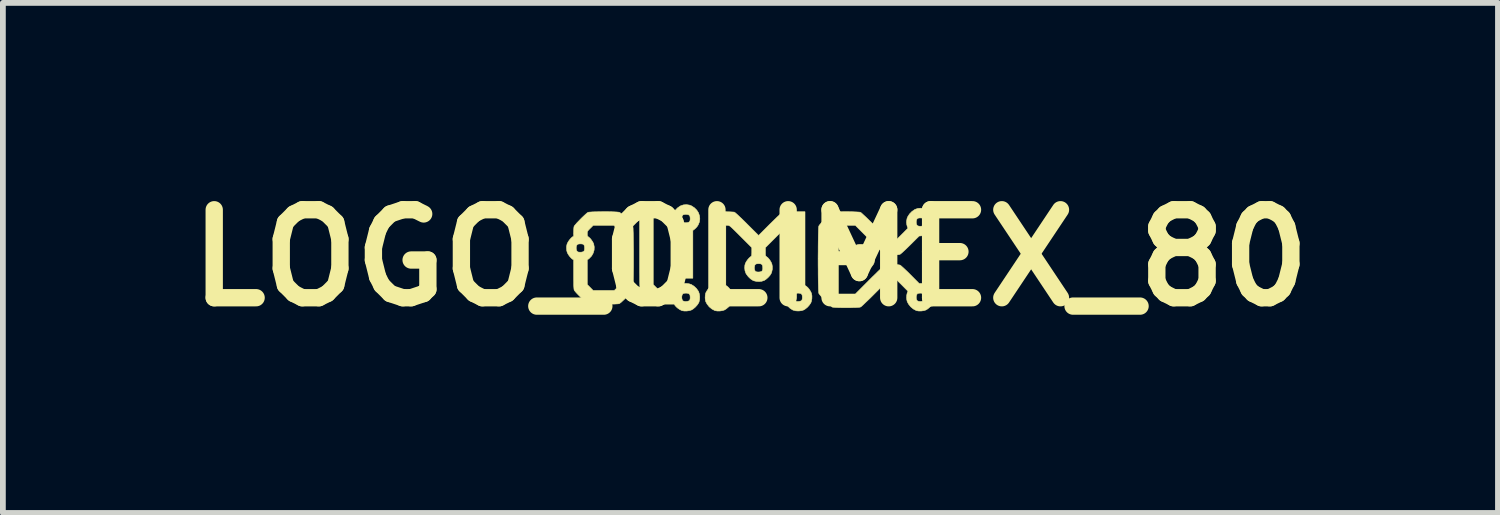
<source format=kicad_pcb>
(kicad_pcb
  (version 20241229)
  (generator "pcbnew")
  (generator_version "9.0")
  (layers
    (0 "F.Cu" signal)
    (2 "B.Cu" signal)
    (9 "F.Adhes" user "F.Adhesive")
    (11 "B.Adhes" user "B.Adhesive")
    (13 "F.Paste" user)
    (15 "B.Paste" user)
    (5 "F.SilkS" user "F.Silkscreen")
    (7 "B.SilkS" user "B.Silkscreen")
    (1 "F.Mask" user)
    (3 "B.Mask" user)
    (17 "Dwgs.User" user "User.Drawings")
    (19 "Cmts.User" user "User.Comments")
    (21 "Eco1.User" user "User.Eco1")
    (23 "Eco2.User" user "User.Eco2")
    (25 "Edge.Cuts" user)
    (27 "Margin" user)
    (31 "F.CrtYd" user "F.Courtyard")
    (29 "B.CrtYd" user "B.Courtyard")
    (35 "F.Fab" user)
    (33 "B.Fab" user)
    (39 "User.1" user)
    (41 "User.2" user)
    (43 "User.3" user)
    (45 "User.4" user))
  (footprint "LOGO_OLIMEX_80"
    (layer "F.Cu")
    (at 9.95 1.418)
    (property "Reference" "LOGO_OLIMEX_80" (at 0 0 0) (layer "F.SilkS") (effects (font (size 1.524 1.524) (thickness 0.3))))
    (attr through_hole)
    (fp_poly (pts (xy -0.877 -0.677) (xy -0.884 -0.624) (xy -0.905 -0.573) (xy -0.923 -0.545) (xy -0.943 -0.522) (xy -0.965 -0.501) (xy -0.973 -0.495) (xy -0.998 -0.476) (xy -0.998 -0.063) (xy -0.998 0.351) (xy -1.044 0.351) (xy -1.044 -0.682) (xy -1.047 -0.716) (xy -1.058 -0.738) (xy -1.078 -0.75) (xy -1.109 -0.754) (xy -1.115 -0.754) (xy -1.141 -0.753) (xy -1.161 -0.748) (xy -1.169 -0.745) (xy -1.182 -0.727) (xy -1.189 -0.7) (xy -1.19 -0.67) (xy -1.184 -0.643) (xy -1.172 -0.622) (xy -1.169 -0.619) (xy -1.149 -0.612) (xy -1.121 -0.609) (xy -1.092 -0.612) (xy -1.069 -0.619) (xy -1.059 -0.625) (xy -1.049 -0.64) (xy -1.045 -0.661) (xy -1.044 -0.682) (xy -1.044 0.351) (xy -1.116 0.351) (xy -1.234 0.351) (xy -1.234 -0.063) (xy -1.234 -0.476) (xy -1.258 -0.491) (xy -1.281 -0.511) (xy -1.305 -0.54) (xy -1.328 -0.573) (xy -1.345 -0.605) (xy -1.345 -0.606) (xy -1.356 -0.647) (xy -1.357 -0.694) (xy -1.349 -0.741) (xy -1.337 -0.774) (xy -1.306 -0.822) (xy -1.265 -0.865) (xy -1.218 -0.898) (xy -1.21 -0.902) (xy -1.161 -0.919) (xy -1.107 -0.923) (xy -1.055 -0.915) (xy -1.022 -0.902) (xy -0.971 -0.869) (xy -0.93 -0.828) (xy -0.9 -0.781) (xy -0.883 -0.73) (xy -0.877 -0.677)) (stroke (width 0.009) (type solid)) (fill yes) (layer "F.SilkS"))
    (fp_poly (pts (xy -0.879 0.672) (xy -0.881 0.72) (xy -0.891 0.764) (xy -0.897 0.778) (xy -0.921 0.814) (xy -0.954 0.851) (xy -0.99 0.882) (xy -1.021 0.901) (xy -1.044 0.909) (xy -1.044 0.682) (xy -1.047 0.648) (xy -1.058 0.626) (xy -1.078 0.614) (xy -1.109 0.61) (xy -1.115 0.61) (xy -1.141 0.611) (xy -1.161 0.616) (xy -1.169 0.619) (xy -1.182 0.637) (xy -1.189 0.664) (xy -1.19 0.694) (xy -1.184 0.721) (xy -1.172 0.742) (xy -1.169 0.744) (xy -1.149 0.752) (xy -1.121 0.755) (xy -1.092 0.752) (xy -1.069 0.745) (xy -1.059 0.739) (xy -1.049 0.724) (xy -1.045 0.703) (xy -1.044 0.682) (xy -1.044 0.909) (xy -1.057 0.913) (xy -1.1 0.919) (xy -1.144 0.92) (xy -1.182 0.914) (xy -1.191 0.911) (xy -1.223 0.895) (xy -1.256 0.873) (xy -1.285 0.848) (xy -1.306 0.824) (xy -1.307 0.823) (xy -1.322 0.8) (xy -1.484 0.8) (xy -1.544 0.8) (xy -1.589 0.799) (xy -1.624 0.797) (xy -1.649 0.795) (xy -1.666 0.792) (xy -1.673 0.789) (xy -1.688 0.78) (xy -1.711 0.761) (xy -1.74 0.736) (xy -1.772 0.706) (xy -1.806 0.674) (xy -1.838 0.641) (xy -1.867 0.611) (xy -1.89 0.585) (xy -1.906 0.566) (xy -1.91 0.558) (xy -1.912 0.552) (xy -1.913 0.54) (xy -1.915 0.523) (xy -1.916 0.5) (xy -1.917 0.469) (xy -1.918 0.429) (xy -1.919 0.381) (xy -1.919 0.323) (xy -1.92 0.253) (xy -1.92 0.172) (xy -1.92 0.078) (xy -1.92 -0.029) (xy -1.92 -0.133) (xy -1.92 -0.8) (xy -1.802 -0.8) (xy -1.684 -0.8) (xy -1.684 -0.169) (xy -1.684 0.461) (xy -1.632 0.513) (xy -1.581 0.564) (xy -1.451 0.564) (xy -1.322 0.564) (xy -1.307 0.541) (xy -1.287 0.518) (xy -1.259 0.494) (xy -1.227 0.471) (xy -1.196 0.454) (xy -1.194 0.453) (xy -1.155 0.443) (xy -1.109 0.442) (xy -1.063 0.448) (xy -1.023 0.461) (xy -1.022 0.462) (xy -0.978 0.49) (xy -0.937 0.528) (xy -0.906 0.571) (xy -0.898 0.585) (xy -0.885 0.625) (xy -0.879 0.672)) (stroke (width 0.009) (type solid)) (fill yes) (layer "F.SilkS"))
    (fp_poly (pts (xy -2.026 0.01) (xy -2.026 0.091) (xy -2.026 0.17) (xy -2.027 0.246) (xy -2.028 0.318) (xy -2.029 0.383) (xy -2.03 0.44) (xy -2.032 0.487) (xy -2.034 0.524) (xy -2.036 0.549) (xy -2.038 0.558) (xy -2.047 0.573) (xy -2.065 0.595) (xy -2.09 0.622) (xy -2.12 0.653) (xy -2.153 0.686) (xy -2.185 0.717) (xy -2.216 0.746) (xy -2.242 0.77) (xy -2.263 0.786) (xy -2.263 0.786) (xy -2.263 0.469) (xy -2.263 0.004) (xy -2.263 -0.461) (xy -2.314 -0.512) (xy -2.366 -0.564) (xy -2.545 -0.564) (xy -2.724 -0.564) (xy -2.775 -0.513) (xy -2.799 -0.489) (xy -2.814 -0.472) (xy -2.823 -0.458) (xy -2.826 -0.444) (xy -2.827 -0.426) (xy -2.827 -0.419) (xy -2.826 -0.394) (xy -2.822 -0.379) (xy -2.813 -0.369) (xy -2.804 -0.362) (xy -2.779 -0.341) (xy -2.754 -0.31) (xy -2.731 -0.275) (xy -2.716 -0.244) (xy -2.706 -0.191) (xy -2.708 -0.137) (xy -2.724 -0.084) (xy -2.751 -0.035) (xy -2.79 0.006) (xy -2.802 0.016) (xy -2.827 0.034) (xy -2.827 0.247) (xy -2.827 0.461) (xy -2.776 0.512) (xy -2.725 0.564) (xy -2.542 0.564) (xy -2.359 0.564) (xy -2.311 0.516) (xy -2.263 0.469) (xy -2.263 0.786) (xy -2.273 0.792) (xy -2.288 0.795) (xy -2.316 0.797) (xy -2.354 0.799) (xy -2.401 0.8) (xy -2.454 0.8) (xy -2.51 0.8) (xy -2.568 0.8) (xy -2.624 0.799) (xy -2.678 0.798) (xy -2.726 0.797) (xy -2.766 0.795) (xy -2.797 0.792) (xy -2.815 0.79) (xy -2.817 0.789) (xy -2.832 0.779) (xy -2.855 0.761) (xy -2.873 0.745) (xy -2.873 -0.171) (xy -2.876 -0.206) (xy -2.886 -0.228) (xy -2.906 -0.24) (xy -2.938 -0.244) (xy -2.944 -0.244) (xy -2.969 -0.242) (xy -2.99 -0.238) (xy -2.997 -0.234) (xy -3.011 -0.216) (xy -3.018 -0.19) (xy -3.018 -0.16) (xy -3.013 -0.132) (xy -3.001 -0.112) (xy -2.998 -0.109) (xy -2.978 -0.101) (xy -2.95 -0.099) (xy -2.921 -0.101) (xy -2.897 -0.108) (xy -2.888 -0.114) (xy -2.878 -0.129) (xy -2.874 -0.15) (xy -2.873 -0.171) (xy -2.873 0.745) (xy -2.884 0.735) (xy -2.916 0.706) (xy -2.949 0.673) (xy -2.981 0.641) (xy -3.01 0.611) (xy -3.033 0.585) (xy -3.048 0.566) (xy -3.053 0.558) (xy -3.056 0.548) (xy -3.058 0.531) (xy -3.06 0.506) (xy -3.062 0.472) (xy -3.062 0.427) (xy -3.063 0.371) (xy -3.063 0.301) (xy -3.063 0.284) (xy -3.063 0.034) (xy -3.087 0.019) (xy -3.109 -0.001) (xy -3.134 -0.029) (xy -3.157 -0.062) (xy -3.174 -0.094) (xy -3.174 -0.095) (xy -3.183 -0.127) (xy -3.186 -0.167) (xy -3.184 -0.207) (xy -3.177 -0.241) (xy -3.174 -0.248) (xy -3.158 -0.279) (xy -3.135 -0.312) (xy -3.11 -0.341) (xy -3.088 -0.361) (xy -3.087 -0.362) (xy -3.063 -0.377) (xy -3.063 -0.451) (xy -3.062 -0.486) (xy -3.06 -0.517) (xy -3.057 -0.539) (xy -3.055 -0.546) (xy -3.047 -0.56) (xy -3.029 -0.581) (xy -3.005 -0.609) (xy -2.975 -0.64) (xy -2.943 -0.673) (xy -2.91 -0.706) (xy -2.878 -0.736) (xy -2.851 -0.761) (xy -2.829 -0.78) (xy -2.814 -0.789) (xy -2.814 -0.789) (xy -2.799 -0.793) (xy -2.77 -0.795) (xy -2.732 -0.798) (xy -2.685 -0.799) (xy -2.632 -0.8) (xy -2.575 -0.801) (xy -2.517 -0.801) (xy -2.46 -0.801) (xy -2.406 -0.8) (xy -2.358 -0.798) (xy -2.318 -0.796) (xy -2.287 -0.793) (xy -2.27 -0.79) (xy -2.269 -0.79) (xy -2.254 -0.78) (xy -2.232 -0.761) (xy -2.204 -0.735) (xy -2.172 -0.705) (xy -2.14 -0.672) (xy -2.108 -0.639) (xy -2.08 -0.607) (xy -2.057 -0.581) (xy -2.042 -0.56) (xy -2.038 -0.552) (xy -2.036 -0.539) (xy -2.033 -0.512) (xy -2.032 -0.473) (xy -2.03 -0.424) (xy -2.029 -0.365) (xy -2.028 -0.299) (xy -2.027 -0.227) (xy -2.026 -0.15) (xy -2.026 -0.071) (xy -2.026 0.01)) (stroke (width 0.009) (type solid)) (fill yes) (layer "F.SilkS"))
    (fp_poly (pts (xy 1.065 0.657) (xy 1.064 0.706) (xy 1.055 0.753) (xy 1.046 0.778) (xy 1.022 0.814) (xy 0.99 0.851) (xy 0.953 0.882) (xy 0.923 0.901) (xy 0.899 0.909) (xy 0.899 0.682) (xy 0.896 0.648) (xy 0.886 0.626) (xy 0.865 0.614) (xy 0.834 0.61) (xy 0.828 0.61) (xy 0.803 0.611) (xy 0.782 0.616) (xy 0.774 0.619) (xy 0.761 0.637) (xy 0.754 0.664) (xy 0.754 0.694) (xy 0.759 0.721) (xy 0.771 0.742) (xy 0.774 0.744) (xy 0.794 0.752) (xy 0.822 0.755) (xy 0.851 0.752) (xy 0.875 0.745) (xy 0.884 0.739) (xy 0.894 0.724) (xy 0.898 0.703) (xy 0.899 0.682) (xy 0.899 0.909) (xy 0.883 0.914) (xy 0.836 0.919) (xy 0.787 0.917) (xy 0.744 0.906) (xy 0.729 0.9) (xy 0.686 0.872) (xy 0.646 0.834) (xy 0.614 0.79) (xy 0.606 0.774) (xy 0.591 0.731) (xy 0.585 0.684) (xy 0.589 0.637) (xy 0.598 0.606) (xy 0.614 0.574) (xy 0.637 0.541) (xy 0.661 0.512) (xy 0.684 0.492) (xy 0.685 0.491) (xy 0.709 0.476) (xy 0.709 -0.044) (xy 0.709 -0.564) (xy 0.676 -0.564) (xy 0.667 -0.564) (xy 0.659 -0.562) (xy 0.65 -0.559) (xy 0.64 -0.552) (xy 0.626 -0.541) (xy 0.607 -0.525) (xy 0.584 -0.503) (xy 0.553 -0.473) (xy 0.515 -0.435) (xy 0.467 -0.387) (xy 0.451 -0.371) (xy 0.259 -0.179) (xy 0.259 -0.107) (xy 0.259 -0.073) (xy 0.26 -0.051) (xy 0.263 -0.038) (xy 0.269 -0.029) (xy 0.278 -0.022) (xy 0.282 -0.019) (xy 0.308 0.003) (xy 0.334 0.035) (xy 0.356 0.07) (xy 0.371 0.103) (xy 0.379 0.146) (xy 0.379 0.195) (xy 0.369 0.242) (xy 0.36 0.267) (xy 0.337 0.304) (xy 0.304 0.34) (xy 0.267 0.372) (xy 0.237 0.391) (xy 0.213 0.398) (xy 0.213 0.171) (xy 0.21 0.137) (xy 0.2 0.115) (xy 0.18 0.103) (xy 0.148 0.099) (xy 0.142 0.099) (xy 0.117 0.101) (xy 0.096 0.105) (xy 0.089 0.109) (xy 0.075 0.127) (xy 0.068 0.153) (xy 0.068 0.183) (xy 0.073 0.211) (xy 0.085 0.231) (xy 0.088 0.234) (xy 0.109 0.242) (xy 0.136 0.244) (xy 0.165 0.242) (xy 0.189 0.235) (xy 0.198 0.229) (xy 0.208 0.214) (xy 0.213 0.192) (xy 0.213 0.171) (xy 0.213 0.398) (xy 0.197 0.404) (xy 0.15 0.409) (xy 0.102 0.406) (xy 0.058 0.396) (xy 0.044 0.39) (xy 0.001 0.362) (xy -0.039 0.323) (xy -0.072 0.279) (xy -0.08 0.264) (xy -0.095 0.221) (xy -0.1 0.173) (xy -0.097 0.127) (xy -0.088 0.095) (xy -0.072 0.064) (xy -0.049 0.031) (xy -0.024 0.002) (xy -0.001 -0.018) (xy -0.000499 -0.019) (xy 0.01 -0.027) (xy 0.017 -0.034) (xy 0.021 -0.046) (xy 0.022 -0.065) (xy 0.023 -0.094) (xy 0.023 -0.107) (xy 0.023 -0.179) (xy -0.169 -0.371) (xy -0.22 -0.422) (xy -0.261 -0.463) (xy -0.294 -0.495) (xy -0.319 -0.519) (xy -0.339 -0.537) (xy -0.354 -0.55) (xy -0.366 -0.557) (xy -0.375 -0.562) (xy -0.383 -0.563) (xy -0.392 -0.564) (xy -0.394 -0.564) (xy -0.427 -0.564) (xy -0.427 -0.044) (xy -0.427 0.476) (xy -0.403 0.491) (xy -0.378 0.514) (xy -0.352 0.545) (xy -0.33 0.581) (xy -0.315 0.613) (xy -0.307 0.657) (xy -0.307 0.706) (xy -0.316 0.753) (xy -0.326 0.778) (xy -0.349 0.814) (xy -0.382 0.851) (xy -0.419 0.882) (xy -0.449 0.901) (xy -0.472 0.909) (xy -0.472 0.682) (xy -0.476 0.648) (xy -0.486 0.626) (xy -0.506 0.614) (xy -0.538 0.61) (xy -0.543 0.61) (xy -0.569 0.611) (xy -0.59 0.616) (xy -0.597 0.619) (xy -0.61 0.637) (xy -0.617 0.664) (xy -0.618 0.694) (xy -0.613 0.721) (xy -0.601 0.742) (xy -0.597 0.744) (xy -0.577 0.752) (xy -0.55 0.755) (xy -0.521 0.752) (xy -0.497 0.745) (xy -0.488 0.739) (xy -0.478 0.724) (xy -0.473 0.703) (xy -0.472 0.682) (xy -0.472 0.909) (xy -0.485 0.913) (xy -0.527 0.919) (xy -0.571 0.92) (xy -0.609 0.914) (xy -0.619 0.911) (xy -0.669 0.884) (xy -0.715 0.846) (xy -0.752 0.799) (xy -0.774 0.758) (xy -0.782 0.726) (xy -0.785 0.687) (xy -0.783 0.647) (xy -0.777 0.613) (xy -0.774 0.606) (xy -0.757 0.574) (xy -0.735 0.541) (xy -0.71 0.512) (xy -0.687 0.492) (xy -0.686 0.491) (xy -0.663 0.476) (xy -0.663 -0.162) (xy -0.663 -0.8) (xy -0.481 -0.8) (xy -0.422 -0.8) (xy -0.37 -0.799) (xy -0.328 -0.797) (xy -0.297 -0.795) (xy -0.279 -0.793) (xy -0.277 -0.792) (xy -0.267 -0.785) (xy -0.247 -0.768) (xy -0.219 -0.743) (xy -0.185 -0.711) (xy -0.146 -0.674) (xy -0.102 -0.631) (xy -0.057 -0.586) (xy 0.141 -0.389) (xy 0.335 -0.584) (xy 0.381 -0.629) (xy 0.424 -0.671) (xy 0.463 -0.709) (xy 0.498 -0.741) (xy 0.525 -0.766) (xy 0.544 -0.783) (xy 0.554 -0.789) (xy 0.566 -0.793) (xy 0.585 -0.796) (xy 0.612 -0.798) (xy 0.65 -0.799) (xy 0.699 -0.8) (xy 0.762 -0.8) (xy 0.762 -0.8) (xy 0.945 -0.8) (xy 0.945 -0.162) (xy 0.945 0.476) (xy 0.968 0.491) (xy 0.994 0.514) (xy 1.019 0.545) (xy 1.042 0.581) (xy 1.057 0.613) (xy 1.065 0.657)) (stroke (width 0.009) (type solid)) (fill yes) (layer "F.SilkS"))
    (fp_poly (pts (xy 3.182 0.672) (xy 3.18 0.72) (xy 3.17 0.764) (xy 3.164 0.778) (xy 3.141 0.814) (xy 3.108 0.851) (xy 3.071 0.882) (xy 3.041 0.901) (xy 3.018 0.909) (xy 3.018 0.682) (xy 3.014 0.648) (xy 3.004 0.626) (xy 2.984 0.614) (xy 2.952 0.61) (xy 2.947 0.61) (xy 2.921 0.611) (xy 2.9 0.616) (xy 2.893 0.619) (xy 2.88 0.637) (xy 2.873 0.664) (xy 2.872 0.694) (xy 2.877 0.721) (xy 2.889 0.742) (xy 2.893 0.744) (xy 2.913 0.752) (xy 2.94 0.755) (xy 2.969 0.752) (xy 2.993 0.745) (xy 3.002 0.739) (xy 3.012 0.724) (xy 3.017 0.703) (xy 3.018 0.682) (xy 3.018 0.909) (xy 3.005 0.913) (xy 2.962 0.919) (xy 2.919 0.92) (xy 2.881 0.914) (xy 2.871 0.911) (xy 2.821 0.884) (xy 2.775 0.846) (xy 2.738 0.799) (xy 2.716 0.758) (xy 2.708 0.726) (xy 2.705 0.686) (xy 2.707 0.646) (xy 2.714 0.612) (xy 2.716 0.605) (xy 2.728 0.576) (xy 2.616 0.463) (xy 2.503 0.351) (xy 2.461 0.351) (xy 2.419 0.351) (xy 2.175 0.595) (xy 2.124 0.646) (xy 2.076 0.694) (xy 2.031 0.737) (xy 1.991 0.775) (xy 1.958 0.807) (xy 1.932 0.831) (xy 1.914 0.846) (xy 1.907 0.85) (xy 1.891 0.854) (xy 1.863 0.857) (xy 1.824 0.859) (xy 1.778 0.86) (xy 1.726 0.862) (xy 1.671 0.862) (xy 1.615 0.862) (xy 1.562 0.861) (xy 1.513 0.86) (xy 1.472 0.858) (xy 1.439 0.855) (xy 1.419 0.852) (xy 1.415 0.851) (xy 1.401 0.841) (xy 1.378 0.822) (xy 1.35 0.796) (xy 1.319 0.766) (xy 1.286 0.733) (xy 1.255 0.699) (xy 1.227 0.668) (xy 1.204 0.641) (xy 1.189 0.621) (xy 1.184 0.613) (xy 1.182 0.6) (xy 1.18 0.573) (xy 1.178 0.534) (xy 1.177 0.484) (xy 1.175 0.425) (xy 1.174 0.359) (xy 1.173 0.285) (xy 1.173 0.208) (xy 1.172 0.127) (xy 1.172 0.044) (xy 1.172 -0.039) (xy 1.173 -0.121) (xy 1.173 -0.2) (xy 1.174 -0.275) (xy 1.175 -0.344) (xy 1.176 -0.405) (xy 1.178 -0.458) (xy 1.179 -0.501) (xy 1.181 -0.532) (xy 1.184 -0.55) (xy 1.184 -0.552) (xy 1.194 -0.568) (xy 1.213 -0.591) (xy 1.238 -0.62) (xy 1.268 -0.652) (xy 1.3 -0.686) (xy 1.332 -0.718) (xy 1.362 -0.747) (xy 1.388 -0.77) (xy 1.408 -0.785) (xy 1.415 -0.79) (xy 1.431 -0.793) (xy 1.46 -0.796) (xy 1.499 -0.798) (xy 1.545 -0.8) (xy 1.597 -0.801) (xy 1.652 -0.801) (xy 1.708 -0.801) (xy 1.761 -0.8) (xy 1.809 -0.798) (xy 1.851 -0.796) (xy 1.883 -0.794) (xy 1.904 -0.791) (xy 1.907 -0.789) (xy 1.918 -0.782) (xy 1.937 -0.765) (xy 1.965 -0.739) (xy 2.001 -0.706) (xy 2.042 -0.666) (xy 2.088 -0.621) (xy 2.137 -0.573) (xy 2.175 -0.534) (xy 2.419 -0.29) (xy 2.461 -0.29) (xy 2.503 -0.29) (xy 2.616 -0.402) (xy 2.728 -0.515) (xy 2.716 -0.544) (xy 2.706 -0.586) (xy 2.704 -0.634) (xy 2.712 -0.682) (xy 2.724 -0.713) (xy 2.755 -0.761) (xy 2.797 -0.804) (xy 2.844 -0.837) (xy 2.851 -0.841) (xy 2.901 -0.858) (xy 2.954 -0.862) (xy 3.007 -0.854) (xy 3.039 -0.841) (xy 3.083 -0.813) (xy 3.124 -0.775) (xy 3.156 -0.733) (xy 3.163 -0.718) (xy 3.173 -0.694) (xy 3.179 -0.669) (xy 3.181 -0.636) (xy 3.181 -0.621) (xy 3.178 -0.571) (xy 3.166 -0.53) (xy 3.144 -0.492) (xy 3.111 -0.455) (xy 3.064 -0.416) (xy 3.018 -0.394) (xy 3.018 -0.621) (xy 3.014 -0.655) (xy 3.004 -0.677) (xy 2.984 -0.689) (xy 2.952 -0.693) (xy 2.947 -0.693) (xy 2.921 -0.692) (xy 2.9 -0.687) (xy 2.893 -0.684) (xy 2.88 -0.666) (xy 2.873 -0.639) (xy 2.872 -0.609) (xy 2.877 -0.582) (xy 2.889 -0.561) (xy 2.893 -0.559) (xy 2.913 -0.551) (xy 2.94 -0.548) (xy 2.969 -0.551) (xy 2.993 -0.558) (xy 3.002 -0.564) (xy 3.012 -0.579) (xy 3.017 -0.6) (xy 3.018 -0.621) (xy 3.018 -0.394) (xy 3.014 -0.392) (xy 2.965 -0.383) (xy 2.922 -0.379) (xy 2.766 -0.224) (xy 2.725 -0.184) (xy 2.687 -0.147) (xy 2.652 -0.115) (xy 2.624 -0.089) (xy 2.602 -0.071) (xy 2.59 -0.062) (xy 2.588 -0.061) (xy 2.569 -0.057) (xy 2.539 -0.055) (xy 2.501 -0.053) (xy 2.46 -0.053) (xy 2.418 -0.054) (xy 2.381 -0.056) (xy 2.35 -0.059) (xy 2.331 -0.064) (xy 2.33 -0.064) (xy 2.319 -0.072) (xy 2.299 -0.089) (xy 2.271 -0.115) (xy 2.236 -0.148) (xy 2.195 -0.187) (xy 2.149 -0.232) (xy 2.1 -0.281) (xy 2.061 -0.319) (xy 1.817 -0.564) (xy 1.665 -0.564) (xy 1.512 -0.564) (xy 1.461 -0.512) (xy 1.41 -0.461) (xy 1.41 -0.287) (xy 1.41 -0.114) (xy 1.56 -0.114) (xy 1.711 -0.114) (xy 1.726 -0.138) (xy 1.745 -0.16) (xy 1.774 -0.185) (xy 1.806 -0.207) (xy 1.837 -0.224) (xy 1.839 -0.225) (xy 1.878 -0.235) (xy 1.923 -0.236) (xy 1.969 -0.23) (xy 2.009 -0.217) (xy 2.01 -0.216) (xy 2.055 -0.188) (xy 2.095 -0.15) (xy 2.127 -0.108) (xy 2.135 -0.093) (xy 2.148 -0.053) (xy 2.154 -0.006) (xy 2.151 0.042) (xy 2.141 0.085) (xy 2.136 0.1) (xy 2.112 0.136) (xy 2.079 0.173) (xy 2.043 0.204) (xy 2.012 0.223) (xy 1.989 0.23) (xy 1.989 0.004) (xy 1.986 -0.03) (xy 1.975 -0.052) (xy 1.955 -0.064) (xy 1.923 -0.069) (xy 1.918 -0.069) (xy 1.892 -0.067) (xy 1.871 -0.062) (xy 1.864 -0.059) (xy 1.851 -0.041) (xy 1.844 -0.014) (xy 1.843 0.015) (xy 1.849 0.043) (xy 1.861 0.063) (xy 1.864 0.066) (xy 1.884 0.074) (xy 1.912 0.077) (xy 1.94 0.074) (xy 1.964 0.067) (xy 1.974 0.061) (xy 1.983 0.046) (xy 1.988 0.025) (xy 1.989 0.004) (xy 1.989 0.23) (xy 1.969 0.237) (xy 1.921 0.243) (xy 1.873 0.24) (xy 1.848 0.234) (xy 1.813 0.218) (xy 1.777 0.195) (xy 1.746 0.169) (xy 1.726 0.145) (xy 1.711 0.122) (xy 1.56 0.122) (xy 1.41 0.122) (xy 1.41 0.322) (xy 1.41 0.522) (xy 1.461 0.574) (xy 1.513 0.625) (xy 1.665 0.625) (xy 1.817 0.625) (xy 2.061 0.38) (xy 2.112 0.329) (xy 2.161 0.282) (xy 2.205 0.238) (xy 2.245 0.2) (xy 2.279 0.168) (xy 2.305 0.145) (xy 2.323 0.13) (xy 2.33 0.125) (xy 2.349 0.12) (xy 2.381 0.117) (xy 2.419 0.115) (xy 2.462 0.114) (xy 2.504 0.115) (xy 2.543 0.117) (xy 2.574 0.12) (xy 2.593 0.125) (xy 2.605 0.133) (xy 2.625 0.151) (xy 2.653 0.176) (xy 2.687 0.208) (xy 2.725 0.244) (xy 2.765 0.284) (xy 2.77 0.289) (xy 2.922 0.442) (xy 2.961 0.442) (xy 3.005 0.449) (xy 3.05 0.468) (xy 3.094 0.498) (xy 3.131 0.536) (xy 3.161 0.579) (xy 3.163 0.585) (xy 3.177 0.625) (xy 3.182 0.672)) (stroke (width 0.009) (type solid)) (fill yes) (layer "F.SilkS")))
  (gr_rect
    (start -3 -3)
    (end 22.899 5.836)
    (stroke (width 0.1) (type default))
    (fill no)
    (layer "Edge.Cuts")))
</source>
